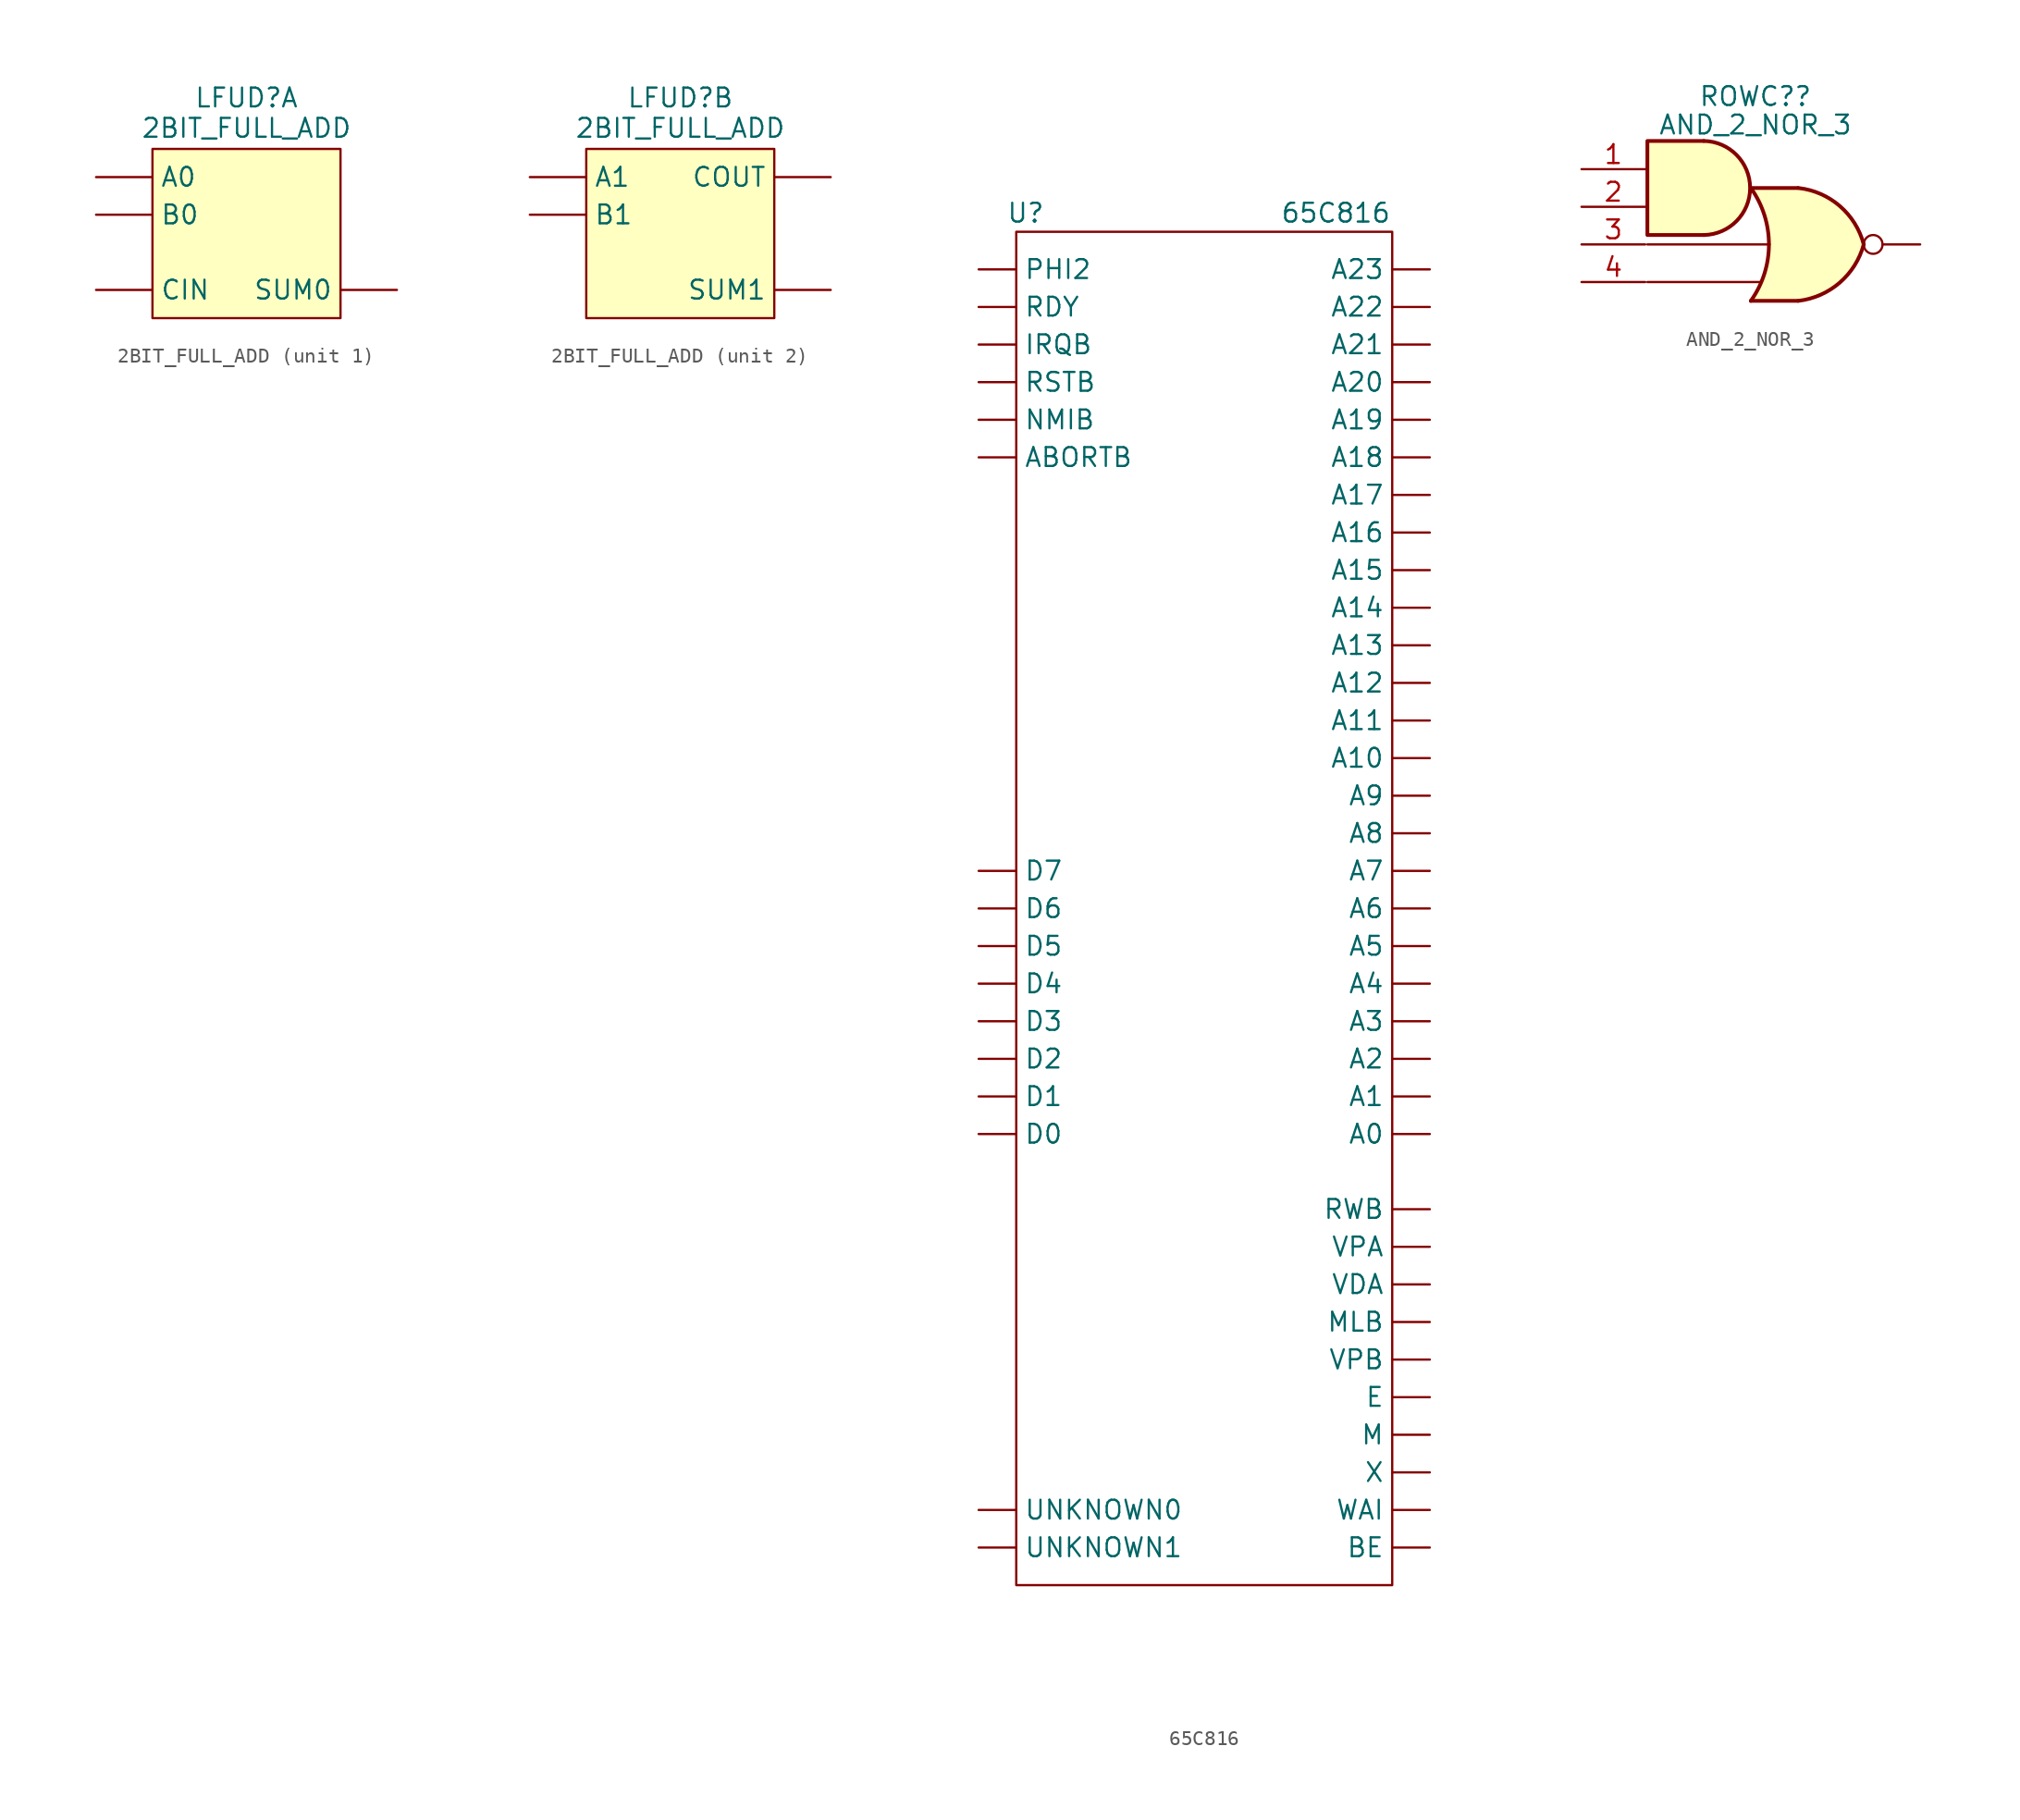
<source format=kicad_sym>
(kicad_symbol_lib
  (version 20220914)
  (generator kicad_symbol_editor)
  (symbol "2BIT_FULL_ADD"
    (pin_numbers hide)
    (property "Reference" "LFUD"
      (at 0 9.168 0)
      (effects (font (size 1.27 1.27))))
    (property "Value" "2BIT_FULL_ADD"
      (at 0 7.12 0)
      (effects (font (size 1.27 1.27))))
    (symbol "2BIT_FULL_ADD_0_1"
      (rectangle (start -6.35 5.715) (end 6.35 -5.715) (stroke (width 0) (type default)) (fill (type background))))
    (symbol "2BIT_FULL_ADD_1_1"
      (pin input line (at -10.16 3.81 0) (length 3.81) (name "A0" (effects (font (size 1.27 1.27)))) (number "13" (effects (font (size 1.27 1.27)))))
      (pin input line (at -10.16 -3.81 0) (length 3.81) (name "CIN" (effects (font (size 1.27 1.27)))) (number "2" (effects (font (size 1.27 1.27)))))
      (pin output line (at 10.16 -3.81 180) (length 3.81) (name "SUM0" (effects (font (size 1.27 1.27)))) (number "4" (effects (font (size 1.27 1.27)))))
      (pin input line (at -10.16 1.27 0) (length 3.81) (name "B0" (effects (font (size 1.27 1.27)))) (number "9" (effects (font (size 1.27 1.27))))))
    (symbol "2BIT_FULL_ADD_2_1"
      (pin output line (at 10.16 -3.81 180) (length 3.81) (name "SUM1" (effects (font (size 1.27 1.27)))) (number "17" (effects (font (size 1.27 1.27)))))
      (pin input line (at -10.16 1.27 0) (length 3.81) (name "B1" (effects (font (size 1.27 1.27)))) (number "23" (effects (font (size 1.27 1.27)))))
      (pin input line (at -10.16 3.81 0) (length 3.81) (name "A1" (effects (font (size 1.27 1.27)))) (number "24" (effects (font (size 1.27 1.27)))))
      (pin output line (at 10.16 3.81 180) (length 3.81) (name "COUT" (effects (font (size 1.27 1.27)))) (number "28" (effects (font (size 1.27 1.27)))))))
  (symbol "65C816"
    (property "Reference" "U"
      (at 0.635 1.27 0)
      (effects (font (size 1.27 1.27))))
    (property "Value" "65C816"
      (at 21.59 1.27 0)
      (effects (font (size 1.27 1.27))))
    (symbol "65C816_0_1"
      (rectangle (start 0 0) (end 25.4 -91.44) (stroke (width 0) (type default)) (fill (type none))))
    (symbol "65C816_1_1"
      (pin output line (at 27.94 -60.96 180) (length 2.54) (name "A0" (effects (font (size 1.27 1.27)))) (number "" (effects (font (size 1.27 1.27)))))
      (pin output line (at 27.94 -58.42 180) (length 2.54) (name "A1" (effects (font (size 1.27 1.27)))) (number "" (effects (font (size 1.27 1.27)))))
      (pin output line (at 27.94 -35.56 180) (length 2.54) (name "A10" (effects (font (size 1.27 1.27)))) (number "" (effects (font (size 1.27 1.27)))))
      (pin output line (at 27.94 -33.02 180) (length 2.54) (name "A11" (effects (font (size 1.27 1.27)))) (number "" (effects (font (size 1.27 1.27)))))
      (pin output line (at 27.94 -30.48 180) (length 2.54) (name "A12" (effects (font (size 1.27 1.27)))) (number "" (effects (font (size 1.27 1.27)))))
      (pin output line (at 27.94 -27.94 180) (length 2.54) (name "A13" (effects (font (size 1.27 1.27)))) (number "" (effects (font (size 1.27 1.27)))))
      (pin output line (at 27.94 -25.4 180) (length 2.54) (name "A14" (effects (font (size 1.27 1.27)))) (number "" (effects (font (size 1.27 1.27)))))
      (pin output line (at 27.94 -22.86 180) (length 2.54) (name "A15" (effects (font (size 1.27 1.27)))) (number "" (effects (font (size 1.27 1.27)))))
      (pin output line (at 27.94 -20.32 180) (length 2.54) (name "A16" (effects (font (size 1.27 1.27)))) (number "" (effects (font (size 1.27 1.27)))))
      (pin output line (at 27.94 -17.78 180) (length 2.54) (name "A17" (effects (font (size 1.27 1.27)))) (number "" (effects (font (size 1.27 1.27)))))
      (pin output line (at 27.94 -15.24 180) (length 2.54) (name "A18" (effects (font (size 1.27 1.27)))) (number "" (effects (font (size 1.27 1.27)))))
      (pin output line (at 27.94 -12.7 180) (length 2.54) (name "A19" (effects (font (size 1.27 1.27)))) (number "" (effects (font (size 1.27 1.27)))))
      (pin output line (at 27.94 -55.88 180) (length 2.54) (name "A2" (effects (font (size 1.27 1.27)))) (number "" (effects (font (size 1.27 1.27)))))
      (pin output line (at 27.94 -10.16 180) (length 2.54) (name "A20" (effects (font (size 1.27 1.27)))) (number "" (effects (font (size 1.27 1.27)))))
      (pin output line (at 27.94 -7.62 180) (length 2.54) (name "A21" (effects (font (size 1.27 1.27)))) (number "" (effects (font (size 1.27 1.27)))))
      (pin output line (at 27.94 -5.08 180) (length 2.54) (name "A22" (effects (font (size 1.27 1.27)))) (number "" (effects (font (size 1.27 1.27)))))
      (pin output line (at 27.94 -2.54 180) (length 2.54) (name "A23" (effects (font (size 1.27 1.27)))) (number "" (effects (font (size 1.27 1.27)))))
      (pin output line (at 27.94 -53.34 180) (length 2.54) (name "A3" (effects (font (size 1.27 1.27)))) (number "" (effects (font (size 1.27 1.27)))))
      (pin output line (at 27.94 -50.8 180) (length 2.54) (name "A4" (effects (font (size 1.27 1.27)))) (number "" (effects (font (size 1.27 1.27)))))
      (pin output line (at 27.94 -48.26 180) (length 2.54) (name "A5" (effects (font (size 1.27 1.27)))) (number "" (effects (font (size 1.27 1.27)))))
      (pin output line (at 27.94 -45.72 180) (length 2.54) (name "A6" (effects (font (size 1.27 1.27)))) (number "" (effects (font (size 1.27 1.27)))))
      (pin output line (at 27.94 -43.18 180) (length 2.54) (name "A7" (effects (font (size 1.27 1.27)))) (number "" (effects (font (size 1.27 1.27)))))
      (pin output line (at 27.94 -40.64 180) (length 2.54) (name "A8" (effects (font (size 1.27 1.27)))) (number "" (effects (font (size 1.27 1.27)))))
      (pin output line (at 27.94 -38.1 180) (length 2.54) (name "A9" (effects (font (size 1.27 1.27)))) (number "" (effects (font (size 1.27 1.27)))))
      (pin input line (at -2.54 -15.24 0) (length 2.54) (name "ABORTB" (effects (font (size 1.27 1.27)))) (number "" (effects (font (size 1.27 1.27)))))
      (pin output line (at 27.94 -88.9 180) (length 2.54) (name "BE" (effects (font (size 1.27 1.27)))) (number "" (effects (font (size 1.27 1.27)))))
      (pin bidirectional line (at -2.54 -60.96 0) (length 2.54) (name "D0" (effects (font (size 1.27 1.27)))) (number "" (effects (font (size 1.27 1.27)))))
      (pin bidirectional line (at -2.54 -58.42 0) (length 2.54) (name "D1" (effects (font (size 1.27 1.27)))) (number "" (effects (font (size 1.27 1.27)))))
      (pin bidirectional line (at -2.54 -55.88 0) (length 2.54) (name "D2" (effects (font (size 1.27 1.27)))) (number "" (effects (font (size 1.27 1.27)))))
      (pin bidirectional line (at -2.54 -53.34 0) (length 2.54) (name "D3" (effects (font (size 1.27 1.27)))) (number "" (effects (font (size 1.27 1.27)))))
      (pin bidirectional line (at -2.54 -50.8 0) (length 2.54) (name "D4" (effects (font (size 1.27 1.27)))) (number "" (effects (font (size 1.27 1.27)))))
      (pin bidirectional line (at -2.54 -48.26 0) (length 2.54) (name "D5" (effects (font (size 1.27 1.27)))) (number "" (effects (font (size 1.27 1.27)))))
      (pin bidirectional line (at -2.54 -45.72 0) (length 2.54) (name "D6" (effects (font (size 1.27 1.27)))) (number "" (effects (font (size 1.27 1.27)))))
      (pin bidirectional line (at -2.54 -43.18 0) (length 2.54) (name "D7" (effects (font (size 1.27 1.27)))) (number "" (effects (font (size 1.27 1.27)))))
      (pin output line (at 27.94 -78.74 180) (length 2.54) (name "E" (effects (font (size 1.27 1.27)))) (number "" (effects (font (size 1.27 1.27)))))
      (pin input line (at -2.54 -7.62 0) (length 2.54) (name "IRQB" (effects (font (size 1.27 1.27)))) (number "" (effects (font (size 1.27 1.27)))))
      (pin output line (at 27.94 -81.28 180) (length 2.54) (name "M" (effects (font (size 1.27 1.27)))) (number "" (effects (font (size 1.27 1.27)))))
      (pin output line (at 27.94 -73.66 180) (length 2.54) (name "MLB" (effects (font (size 1.27 1.27)))) (number "" (effects (font (size 1.27 1.27)))))
      (pin input line (at -2.54 -12.7 0) (length 2.54) (name "NMIB" (effects (font (size 1.27 1.27)))) (number "" (effects (font (size 1.27 1.27)))))
      (pin input line (at -2.54 -2.54 0) (length 2.54) (name "PHI2" (effects (font (size 1.27 1.27)))) (number "" (effects (font (size 1.27 1.27)))))
      (pin input line (at -2.54 -5.08 0) (length 2.54) (name "RDY" (effects (font (size 1.27 1.27)))) (number "" (effects (font (size 1.27 1.27)))))
      (pin input line (at -2.54 -10.16 0) (length 2.54) (name "RSTB" (effects (font (size 1.27 1.27)))) (number "" (effects (font (size 1.27 1.27)))))
      (pin output line (at 27.94 -66.04 180) (length 2.54) (name "RWB" (effects (font (size 1.27 1.27)))) (number "" (effects (font (size 1.27 1.27)))))
      (pin input line (at -2.54 -86.36 0) (length 2.54) (name "UNKNOWN0" (effects (font (size 1.27 1.27)))) (number "" (effects (font (size 1.27 1.27)))))
      (pin input line (at -2.54 -88.9 0) (length 2.54) (name "UNKNOWN1" (effects (font (size 1.27 1.27)))) (number "" (effects (font (size 1.27 1.27)))))
      (pin output line (at 27.94 -71.12 180) (length 2.54) (name "VDA" (effects (font (size 1.27 1.27)))) (number "" (effects (font (size 1.27 1.27)))))
      (pin output line (at 27.94 -68.58 180) (length 2.54) (name "VPA" (effects (font (size 1.27 1.27)))) (number "" (effects (font (size 1.27 1.27)))))
      (pin output line (at 27.94 -76.2 180) (length 2.54) (name "VPB" (effects (font (size 1.27 1.27)))) (number "" (effects (font (size 1.27 1.27)))))
      (pin output line (at 27.94 -86.36 180) (length 2.54) (name "WAI" (effects (font (size 1.27 1.27)))) (number "" (effects (font (size 1.27 1.27)))))
      (pin output line (at 27.94 -83.82 180) (length 2.54) (name "X" (effects (font (size 1.27 1.27)))) (number "" (effects (font (size 1.27 1.27)))))))
  (symbol "AND_2_NOR_3"
    (pin_names hide)
    (property "Reference" "ROWC?"
      (at 0.308 9.995 0)
      (effects (font (size 1.27 1.27))))
    (property "Value" "AND_2_NOR_3"
      (at 0.308 8.074 0)
      (effects (font (size 1.27 1.27))))
    (symbol "AND_2_NOR_3_0_1"
      (polyline (pts (xy -6.985 -2.54) (xy 0.635 -2.54)) (stroke (width 0) (type default)) (fill (type none)))
      (polyline (pts (xy -6.985 0) (xy 1.27 0)) (stroke (width 0) (type default)) (fill (type none))))
    (symbol "AND_2_NOR_3_1_1"
      (arc (start -3.175 0.635) (mid -0.05 3.81) (end -3.175 6.985) (stroke (width 0.254) (type default)) (fill (type background)))
      (arc (start -0.0002 -3.81) (mid 1.2208 0) (end -0.0002 3.81) (stroke (width 0.254) (type default)) (fill (type none)))
      (polyline (pts (xy -0.0002 -3.81) (xy 3.175 -3.81)) (stroke (width 0.254) (type default)) (fill (type background)))
      (polyline (pts (xy -0.0002 3.81) (xy 3.175 3.81)) (stroke (width 0.254) (type default)) (fill (type background)))
      (polyline (pts (xy -3.175 6.985) (xy -6.985 6.985) (xy -6.985 0.635) (xy -3.175 0.635)) (stroke (width 0.254) (type default)) (fill (type background)))
      (polyline (pts (xy 3.175 3.81) (xy 0 3.81) (xy 0 3.81) (xy 0.254 3.404) (xy 0.787 2.261) (xy 1.118 1.041) (xy 1.194 -0.254) (xy 1.041 -1.499) (xy 0.635 -2.718) (xy 0 -3.81) (xy 0 -3.81) (xy 3.175 -3.81)) (stroke (width -25.4) (type default)) (fill (type background)))
      (arc (start 3.2002 -3.81) (mid 5.9953 -2.584) (end 7.6198 0) (stroke (width 0.254) (type default)) (fill (type background)))
      (arc (start 7.6198 0) (mid 6.0026 2.5925) (end 3.2002 3.81) (stroke (width 0.254) (type default)) (fill (type background)))
      (pin input line (at -11.43 5.08 0) (length 4.3) (name "~" (effects (font (size 1.27 1.27)))) (number "1" (effects (font (size 1.27 1.27)))))
      (pin input line (at -11.43 2.54 0) (length 4.3) (name "~" (effects (font (size 1.27 1.27)))) (number "2" (effects (font (size 1.27 1.27)))))
      (pin input line (at -11.43 0 0) (length 4.3) (name "~" (effects (font (size 1.27 1.27)))) (number "3" (effects (font (size 1.27 1.27)))))
      (pin input line (at -11.43 -2.54 0) (length 4.3) (name "~" (effects (font (size 1.27 1.27)))) (number "4" (effects (font (size 1.27 1.27)))))
      (pin output inverted (at 11.43 0 180) (length 3.81) (name "~" (effects (font (size 1.27 1.27)))) (number "5" (effects (font (size 0 0))))))))
</source>
